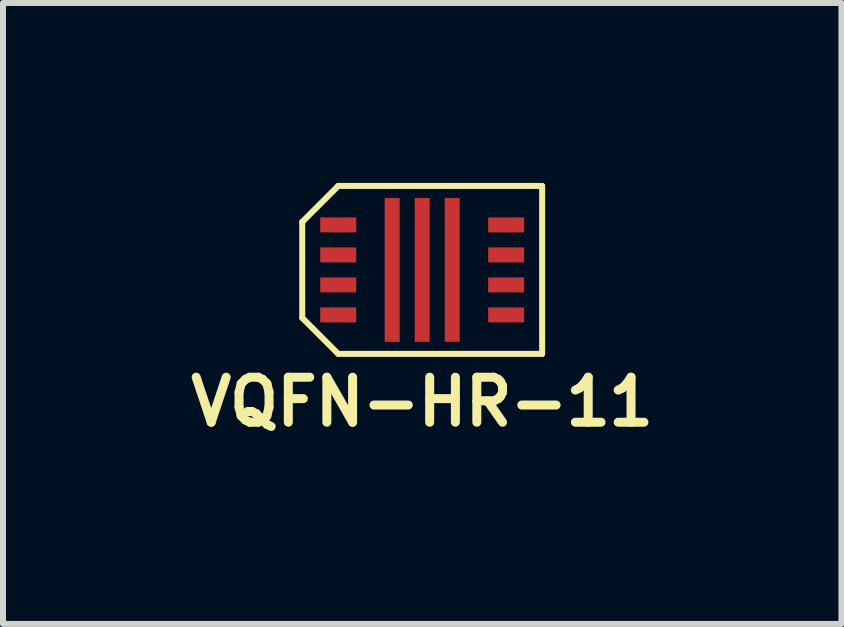
<source format=kicad_pcb>
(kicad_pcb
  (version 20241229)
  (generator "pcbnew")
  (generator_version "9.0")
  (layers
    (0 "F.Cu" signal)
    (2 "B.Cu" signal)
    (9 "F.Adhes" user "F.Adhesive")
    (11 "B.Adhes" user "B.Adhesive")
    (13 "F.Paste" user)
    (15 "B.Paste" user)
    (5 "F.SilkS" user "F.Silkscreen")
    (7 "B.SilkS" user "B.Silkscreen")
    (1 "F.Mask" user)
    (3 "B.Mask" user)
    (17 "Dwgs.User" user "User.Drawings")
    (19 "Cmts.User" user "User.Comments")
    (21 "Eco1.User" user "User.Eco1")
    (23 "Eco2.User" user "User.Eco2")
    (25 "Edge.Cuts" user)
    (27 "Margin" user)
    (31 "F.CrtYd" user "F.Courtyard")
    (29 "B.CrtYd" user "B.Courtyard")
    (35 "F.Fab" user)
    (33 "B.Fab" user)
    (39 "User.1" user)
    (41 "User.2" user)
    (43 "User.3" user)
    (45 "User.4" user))
  (footprint "VQFN-HR-11"
    (layer "F.Cu")
    (at 3.989 1.45)
    (property "Reference" "VQFN-HR-11" (at 0 2.2 180) (layer "F.SilkS") (effects (font (size 0.75 0.75) (thickness 0.15))))
    (attr through_hole)
    (fp_line (start -2 -0.8) (end -1.4 -1.4) (stroke (width 0.1) (type solid)) (layer "F.SilkS"))
    (fp_line (start -2 0.8) (end -2 -0.8) (stroke (width 0.1) (type solid)) (layer "F.SilkS"))
    (fp_line (start -2 0.8) (end -1.4 1.4) (stroke (width 0.1) (type solid)) (layer "F.SilkS"))
    (fp_line (start -1.4 -1.4) (end 2 -1.4) (stroke (width 0.1) (type solid)) (layer "F.SilkS"))
    (fp_line (start 2 -1.4) (end 2 1.4) (stroke (width 0.1) (type solid)) (layer "F.SilkS"))
    (fp_line (start 2 1.4) (end -1.4 1.4) (stroke (width 0.1) (type solid)) (layer "F.SilkS"))
    (pad "1" smd rect (at -0.5 0 90) (size 2.4 0.25) (layers "F.Cu" "F.Mask" "F.Paste"))
    (pad "2" smd rect (at 0 0 90) (size 2.4 0.25) (layers "F.Cu" "F.Mask" "F.Paste"))
    (pad "3" smd rect (at 0.5 0 90) (size 2.4 0.25) (layers "F.Cu" "F.Mask" "F.Paste"))
    (pad "4" smd rect (at 1.4 0.75 90) (size 0.25 0.6) (layers "F.Cu" "F.Mask" "F.Paste"))
    (pad "5" smd rect (at 1.4 0.25 90) (size 0.25 0.6) (layers "F.Cu" "F.Mask" "F.Paste"))
    (pad "6" smd rect (at 1.4 -0.25 90) (size 0.25 0.6) (layers "F.Cu" "F.Mask" "F.Paste"))
    (pad "7" smd rect (at 1.4 -0.75 90) (size 0.25 0.6) (layers "F.Cu" "F.Mask" "F.Paste"))
    (pad "8" smd rect (at -1.4 -0.75 90) (size 0.25 0.6) (layers "F.Cu" "F.Mask" "F.Paste"))
    (pad "9" smd rect (at -1.4 -0.25 90) (size 0.25 0.6) (layers "F.Cu" "F.Mask" "F.Paste"))
    (pad "10" smd rect (at -1.4 0.25 90) (size 0.25 0.6) (layers "F.Cu" "F.Mask" "F.Paste"))
    (pad "11" smd rect (at -1.4 0.75 90) (size 0.25 0.6) (layers "F.Cu" "F.Mask" "F.Paste")))
  (gr_rect
    (start -3 -3)
    (end 10.979 7.352)
    (stroke (width 0.1) (type default))
    (fill no)
    (layer "Edge.Cuts")))
</source>
